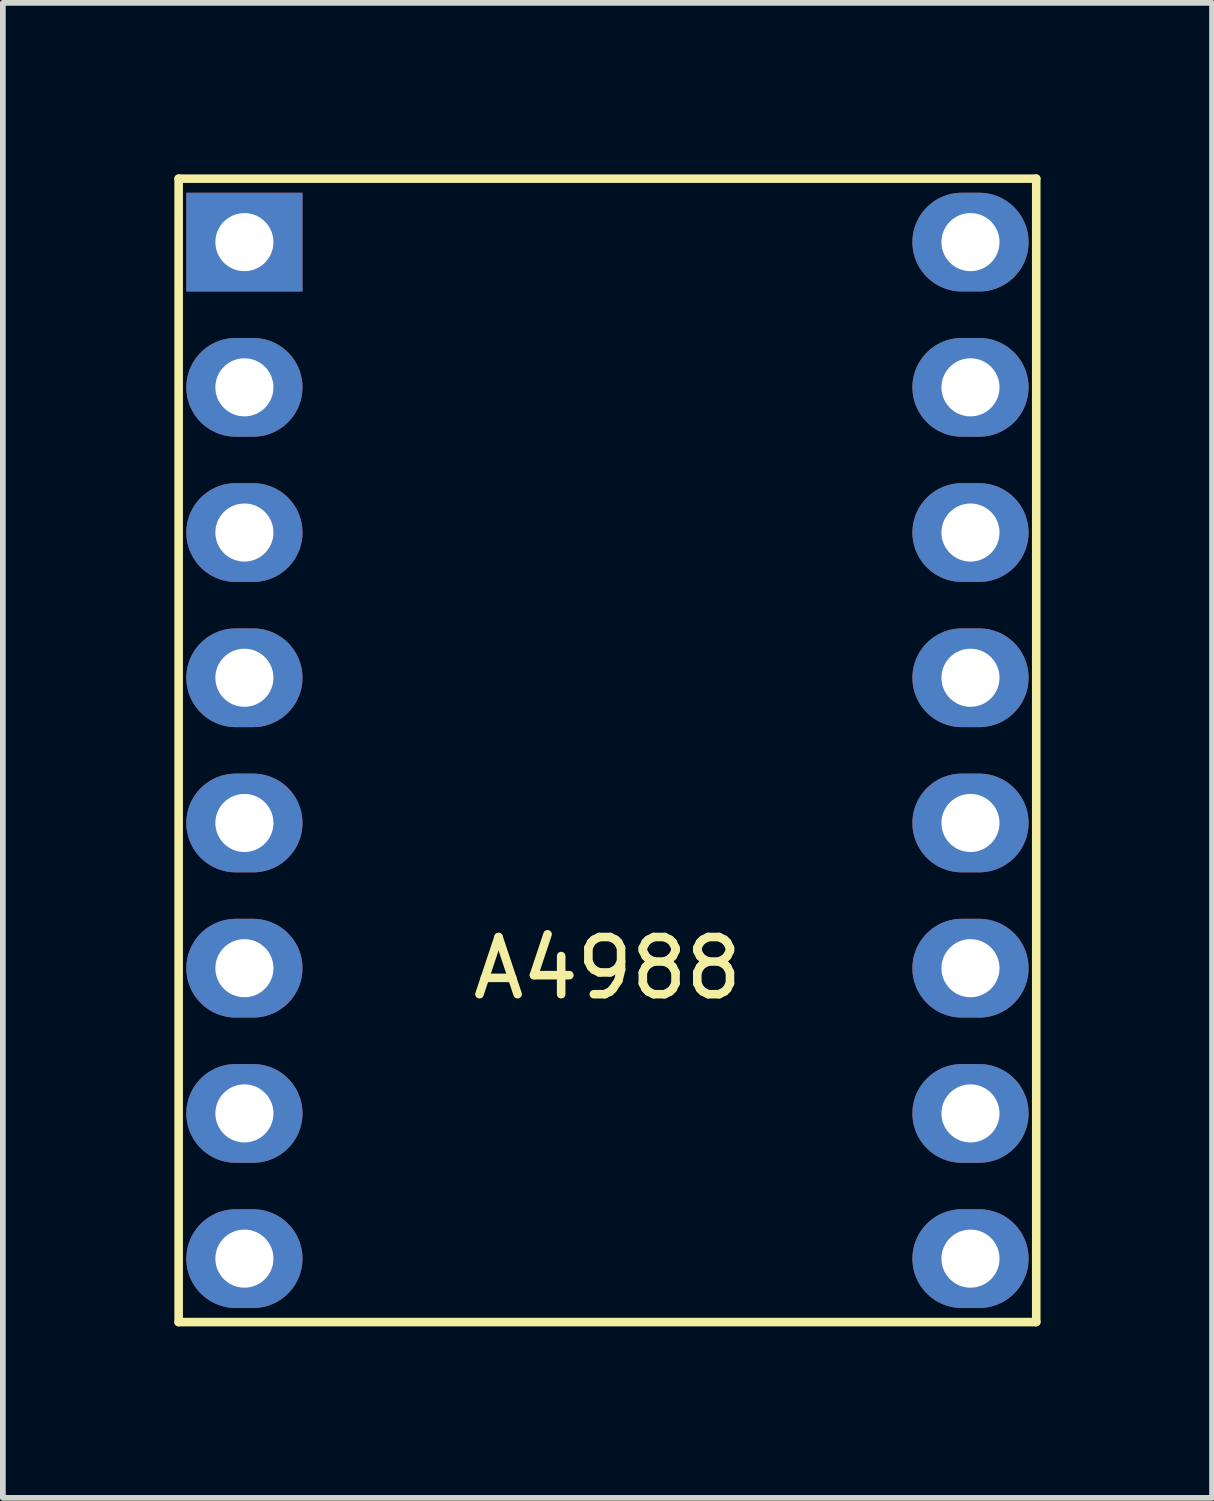
<source format=kicad_pcb>
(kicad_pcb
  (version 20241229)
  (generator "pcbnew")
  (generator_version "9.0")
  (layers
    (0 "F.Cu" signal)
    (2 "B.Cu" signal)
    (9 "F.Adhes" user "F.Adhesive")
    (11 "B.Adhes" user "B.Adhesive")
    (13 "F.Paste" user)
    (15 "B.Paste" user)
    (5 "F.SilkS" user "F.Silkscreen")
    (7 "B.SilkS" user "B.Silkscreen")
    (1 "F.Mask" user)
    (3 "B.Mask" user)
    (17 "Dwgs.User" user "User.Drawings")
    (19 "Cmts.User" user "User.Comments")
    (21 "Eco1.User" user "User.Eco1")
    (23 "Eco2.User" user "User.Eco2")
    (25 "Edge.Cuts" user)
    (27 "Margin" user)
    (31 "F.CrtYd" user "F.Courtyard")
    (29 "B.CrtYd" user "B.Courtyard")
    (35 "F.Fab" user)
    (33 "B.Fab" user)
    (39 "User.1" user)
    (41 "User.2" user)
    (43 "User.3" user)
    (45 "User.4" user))
  (footprint "A4988"
    (layer "F.Cu")
    (at 7.575 10.075)
    (property "Reference" "A4988" (at 0 3.81 0) (layer "F.SilkS") (effects (font (size 1 1) (thickness 0.15))))
    (attr through_hole)
    (fp_line (start -7.5 -10) (end -7.5 10) (stroke (width 0.15) (type solid)) (layer "F.SilkS"))
    (fp_line (start -7.5 -10) (end 7.5 -10) (stroke (width 0.15) (type solid)) (layer "F.SilkS"))
    (fp_line (start -7.5 10) (end 7.5 10) (stroke (width 0.15) (type solid)) (layer "F.SilkS"))
    (fp_line (start 7.5 -10) (end 7.5 10) (stroke (width 0.15) (type solid)) (layer "F.SilkS"))
    (pad "1" thru_hole rect (at -6.35 -8.89) (size 2.032 1.727) (drill 1.016) (layers "*.Cu" "*.Mask"))
    (pad "2" thru_hole oval (at -6.35 -6.35) (size 2.032 1.727) (drill 1.016) (layers "*.Cu" "*.Mask"))
    (pad "3" thru_hole oval (at -6.35 -3.81) (size 2.032 1.727) (drill 1.016) (layers "*.Cu" "*.Mask"))
    (pad "4" thru_hole oval (at -6.35 -1.27) (size 2.032 1.727) (drill 1.016) (layers "*.Cu" "*.Mask"))
    (pad "5" thru_hole oval (at -6.35 1.27) (size 2.032 1.727) (drill 1.016) (layers "*.Cu" "*.Mask"))
    (pad "6" thru_hole oval (at -6.35 3.81) (size 2.032 1.727) (drill 1.016) (layers "*.Cu" "*.Mask"))
    (pad "7" thru_hole oval (at -6.35 6.35) (size 2.032 1.727) (drill 1.016) (layers "*.Cu" "*.Mask"))
    (pad "8" thru_hole oval (at -6.35 8.89) (size 2.032 1.727) (drill 1.016) (layers "*.Cu" "*.Mask"))
    (pad "9" thru_hole oval (at 6.35 8.89) (size 2.032 1.727) (drill 1.016) (layers "*.Cu" "*.Mask"))
    (pad "10" thru_hole oval (at 6.35 6.35) (size 2.032 1.727) (drill 1.016) (layers "*.Cu" "*.Mask"))
    (pad "11" thru_hole oval (at 6.35 3.81) (size 2.032 1.727) (drill 1.016) (layers "*.Cu" "*.Mask"))
    (pad "12" thru_hole oval (at 6.35 1.27) (size 2.032 1.727) (drill 1.016) (layers "*.Cu" "*.Mask"))
    (pad "13" thru_hole oval (at 6.35 -1.27) (size 2.032 1.727) (drill 1.016) (layers "*.Cu" "*.Mask"))
    (pad "14" thru_hole oval (at 6.35 -3.81) (size 2.032 1.727) (drill 1.016) (layers "*.Cu" "*.Mask"))
    (pad "15" thru_hole oval (at 6.35 -6.35) (size 2.032 1.727) (drill 1.016) (layers "*.Cu" "*.Mask"))
    (pad "16" thru_hole oval (at 6.35 -8.89) (size 2.032 1.727) (drill 1.016) (layers "*.Cu" "*.Mask")))
  (gr_rect
    (start -3 -3)
    (end 18.15 23.15)
    (stroke (width 0.1) (type default))
    (fill no)
    (layer "Edge.Cuts")))
</source>
